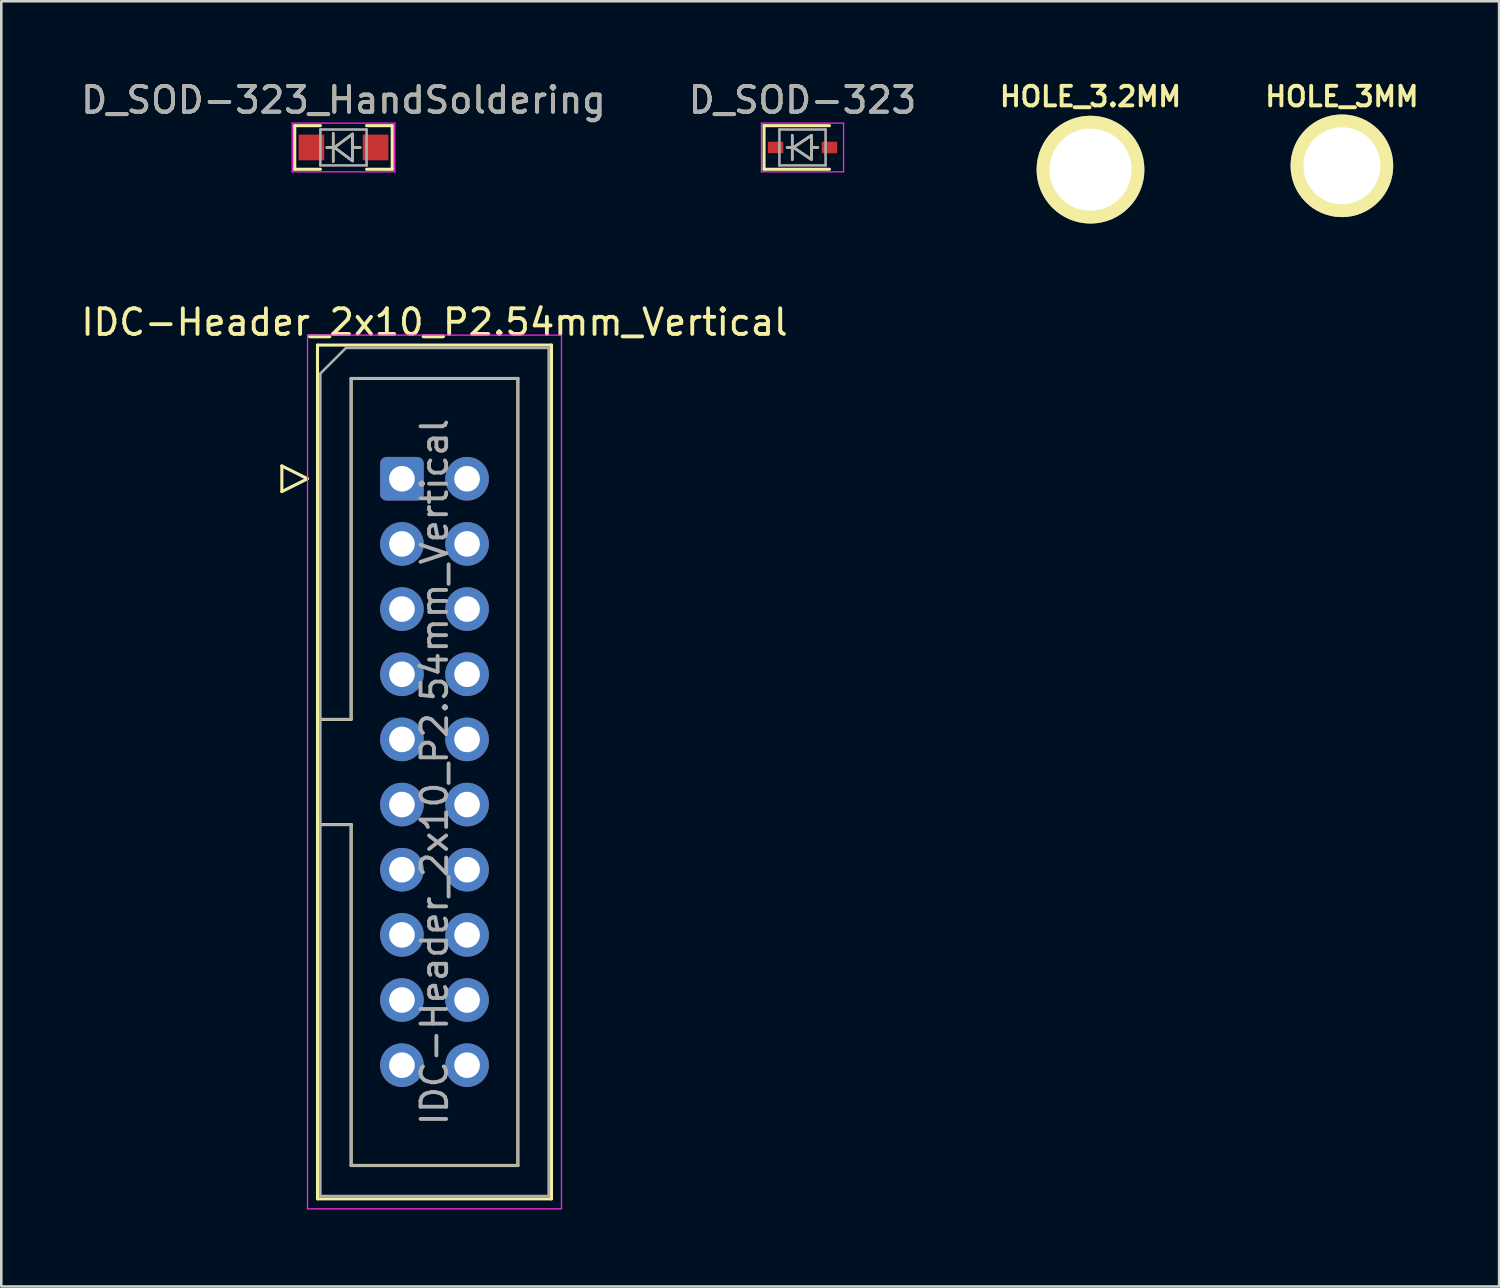
<source format=kicad_pcb>
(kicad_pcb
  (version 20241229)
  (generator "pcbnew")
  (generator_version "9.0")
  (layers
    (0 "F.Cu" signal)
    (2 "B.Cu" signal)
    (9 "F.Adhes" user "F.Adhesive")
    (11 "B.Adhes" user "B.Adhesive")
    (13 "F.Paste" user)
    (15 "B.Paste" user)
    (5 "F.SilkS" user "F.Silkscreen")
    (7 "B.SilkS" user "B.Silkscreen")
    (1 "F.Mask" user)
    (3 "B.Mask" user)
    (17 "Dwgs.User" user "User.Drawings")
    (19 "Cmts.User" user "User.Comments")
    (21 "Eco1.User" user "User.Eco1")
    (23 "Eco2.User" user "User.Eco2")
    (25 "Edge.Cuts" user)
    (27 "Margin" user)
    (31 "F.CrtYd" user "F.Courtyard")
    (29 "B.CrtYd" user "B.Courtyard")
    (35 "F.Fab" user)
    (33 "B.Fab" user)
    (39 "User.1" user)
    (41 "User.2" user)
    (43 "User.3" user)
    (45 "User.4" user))
  (footprint "HOLE_3MM"
    (layer "F.Cu")
    (at 49.258 3.413)
    (property "Reference" "HOLE_3MM" (at 0 -2.7 0) (layer "F.SilkS") (effects (font (size 0.762 0.762) (thickness 0.152))))
    (attr through_hole)
    (pad "" thru_hole circle (at 0 0) (size 4 4) (drill 3) (layers "*.Cu" "*.Mask" "F.SilkS")))
  (footprint "HOLE_3.2MM"
    (layer "F.Cu")
    (at 39.458 3.563)
    (property "Reference" "HOLE_3.2MM" (at 0 -2.85 0) (layer "F.SilkS") (effects (font (size 0.762 0.762) (thickness 0.152))))
    (attr through_hole)
    (pad "" thru_hole circle (at 0 0) (size 4.201 4.201) (drill 3.2) (layers "*.Cu" "*.Mask" "F.SilkS")))
  (footprint "D_SOD-323_HandSoldering"
    (layer "F.Cu")
    (at 10.339 2.698)
    (property "Reference" "D_SOD-323_HandSoldering" (at 0 -1.85 0) (layer "F.SilkS") (effects (font (size 1 1) (thickness 0.15))))
    (attr smd)
    (fp_line (start -1.9 -0.85) (end -1.9 0.85) (stroke (width 0.12) (type solid)) (layer "F.SilkS"))
    (fp_line (start -1.9 -0.85) (end -0.9 -0.85) (stroke (width 0.12) (type solid)) (layer "F.SilkS"))
    (fp_line (start -1.9 0.85) (end -0.9 0.85) (stroke (width 0.12) (type solid)) (layer "F.SilkS"))
    (fp_line (start -0.4 -0.55) (end -0.4 0.55) (stroke (width 0.1) (type solid)) (layer "F.SilkS"))
    (fp_line (start -0.35 0) (end 0.35 -0.525) (stroke (width 0.1) (type solid)) (layer "F.SilkS"))
    (fp_line (start -0.3 0) (end -0.65 0) (stroke (width 0.1) (type solid)) (layer "F.SilkS"))
    (fp_line (start 0.35 -0.525) (end 0.35 0.525) (stroke (width 0.1) (type solid)) (layer "F.SilkS"))
    (fp_line (start 0.35 0) (end 0.65 0) (stroke (width 0.1) (type solid)) (layer "F.SilkS"))
    (fp_line (start 0.35 0.525) (end -0.35 0) (stroke (width 0.1) (type solid)) (layer "F.SilkS"))
    (fp_line (start 0.9 -0.85) (end 1.9 -0.85) (stroke (width 0.12) (type solid)) (layer "F.SilkS"))
    (fp_line (start 0.9 0.85) (end 1.9 0.85) (stroke (width 0.12) (type solid)) (layer "F.SilkS"))
    (fp_line (start 1.9 -0.85) (end 1.9 0.85) (stroke (width 0.12) (type solid)) (layer "F.SilkS"))
    (fp_line (start -2 -0.95) (end -2 0.95) (stroke (width 0.05) (type solid)) (layer "F.CrtYd"))
    (fp_line (start -2 -0.95) (end 2 -0.95) (stroke (width 0.05) (type solid)) (layer "F.CrtYd"))
    (fp_line (start -2 0.95) (end 2 0.95) (stroke (width 0.05) (type solid)) (layer "F.CrtYd"))
    (fp_line (start 2 -0.95) (end 2 0.95) (stroke (width 0.05) (type solid)) (layer "F.CrtYd"))
    (fp_line (start -0.9 -0.7) (end 0.9 -0.7) (stroke (width 0.1) (type solid)) (layer "F.Fab"))
    (fp_line (start -0.9 0.7) (end -0.9 -0.7) (stroke (width 0.1) (type solid)) (layer "F.Fab"))
    (fp_line (start -0.4 -0.55) (end -0.4 0.55) (stroke (width 0.1) (type solid)) (layer "F.Fab"))
    (fp_line (start -0.35 0) (end 0.35 -0.525) (stroke (width 0.1) (type solid)) (layer "F.Fab"))
    (fp_line (start -0.3 0) (end -0.65 0) (stroke (width 0.1) (type solid)) (layer "F.Fab"))
    (fp_line (start 0.35 -0.525) (end 0.35 0.525) (stroke (width 0.1) (type solid)) (layer "F.Fab"))
    (fp_line (start 0.35 0) (end 0.65 0) (stroke (width 0.1) (type solid)) (layer "F.Fab"))
    (fp_line (start 0.35 0.525) (end -0.35 0) (stroke (width 0.1) (type solid)) (layer "F.Fab"))
    (fp_line (start 0.9 -0.7) (end 0.9 0.7) (stroke (width 0.1) (type solid)) (layer "F.Fab"))
    (fp_line (start 0.9 0.7) (end -0.9 0.7) (stroke (width 0.1) (type solid)) (layer "F.Fab"))
    (fp_text user "${REFERENCE}" (at 0 -1.85 0) (layer "F.Fab") (effects (font (size 1 1) (thickness 0.15))))
    (pad "1" smd rect (at -1.25 0) (size 1 1) (layers "F.Cu" "F.Mask" "F.Paste"))
    (pad "2" smd rect (at 1.25 0) (size 1 1) (layers "F.Cu" "F.Mask" "F.Paste")))
  (footprint "IDC-Header_2x10_P2.54mm_Vertical"
    (layer "F.Cu")
    (at 12.617 15.612)
    (property "Reference" "IDC-Header_2x10_P2.54mm_Vertical" (at 1.27 -6.1 0) (layer "F.SilkS") (effects (font (size 1 1) (thickness 0.15))))
    (attr through_hole)
    (fp_line (start -4.68 -0.5) (end -4.68 0.5) (stroke (width 0.12) (type solid)) (layer "F.SilkS"))
    (fp_line (start -4.68 0.5) (end -3.68 0) (stroke (width 0.12) (type solid)) (layer "F.SilkS"))
    (fp_line (start -3.68 0) (end -4.68 -0.5) (stroke (width 0.12) (type solid)) (layer "F.SilkS"))
    (fp_line (start -3.29 -5.21) (end 5.83 -5.21) (stroke (width 0.12) (type solid)) (layer "F.SilkS"))
    (fp_line (start -3.29 9.38) (end -1.98 9.38) (stroke (width 0.12) (type solid)) (layer "F.SilkS"))
    (fp_line (start -3.29 28.07) (end -3.29 -5.21) (stroke (width 0.12) (type solid)) (layer "F.SilkS"))
    (fp_line (start -1.98 -3.91) (end 4.52 -3.91) (stroke (width 0.12) (type solid)) (layer "F.SilkS"))
    (fp_line (start -1.98 9.38) (end -1.98 -3.91) (stroke (width 0.12) (type solid)) (layer "F.SilkS"))
    (fp_line (start -1.98 13.48) (end -3.29 13.48) (stroke (width 0.12) (type solid)) (layer "F.SilkS"))
    (fp_line (start -1.98 13.48) (end -1.98 13.48) (stroke (width 0.12) (type solid)) (layer "F.SilkS"))
    (fp_line (start -1.98 26.77) (end -1.98 13.48) (stroke (width 0.12) (type solid)) (layer "F.SilkS"))
    (fp_line (start 4.52 -3.91) (end 4.52 26.77) (stroke (width 0.12) (type solid)) (layer "F.SilkS"))
    (fp_line (start 4.52 26.77) (end -1.98 26.77) (stroke (width 0.12) (type solid)) (layer "F.SilkS"))
    (fp_line (start 5.83 -5.21) (end 5.83 28.07) (stroke (width 0.12) (type solid)) (layer "F.SilkS"))
    (fp_line (start 5.83 28.07) (end -3.29 28.07) (stroke (width 0.12) (type solid)) (layer "F.SilkS"))
    (fp_line (start -3.68 -5.6) (end -3.68 28.46) (stroke (width 0.05) (type solid)) (layer "F.CrtYd"))
    (fp_line (start -3.68 28.46) (end 6.22 28.46) (stroke (width 0.05) (type solid)) (layer "F.CrtYd"))
    (fp_line (start 6.22 -5.6) (end -3.68 -5.6) (stroke (width 0.05) (type solid)) (layer "F.CrtYd"))
    (fp_line (start 6.22 28.46) (end 6.22 -5.6) (stroke (width 0.05) (type solid)) (layer "F.CrtYd"))
    (fp_line (start -3.18 -4.1) (end -2.18 -5.1) (stroke (width 0.1) (type solid)) (layer "F.Fab"))
    (fp_line (start -3.18 9.38) (end -1.98 9.38) (stroke (width 0.1) (type solid)) (layer "F.Fab"))
    (fp_line (start -3.18 27.96) (end -3.18 -4.1) (stroke (width 0.1) (type solid)) (layer "F.Fab"))
    (fp_line (start -2.18 -5.1) (end 5.72 -5.1) (stroke (width 0.1) (type solid)) (layer "F.Fab"))
    (fp_line (start -1.98 -3.91) (end 4.52 -3.91) (stroke (width 0.1) (type solid)) (layer "F.Fab"))
    (fp_line (start -1.98 9.38) (end -1.98 -3.91) (stroke (width 0.1) (type solid)) (layer "F.Fab"))
    (fp_line (start -1.98 13.48) (end -3.18 13.48) (stroke (width 0.1) (type solid)) (layer "F.Fab"))
    (fp_line (start -1.98 13.48) (end -1.98 13.48) (stroke (width 0.1) (type solid)) (layer "F.Fab"))
    (fp_line (start -1.98 26.77) (end -1.98 13.48) (stroke (width 0.1) (type solid)) (layer "F.Fab"))
    (fp_line (start 4.52 -3.91) (end 4.52 26.77) (stroke (width 0.1) (type solid)) (layer "F.Fab"))
    (fp_line (start 4.52 26.77) (end -1.98 26.77) (stroke (width 0.1) (type solid)) (layer "F.Fab"))
    (fp_line (start 5.72 -5.1) (end 5.72 27.96) (stroke (width 0.1) (type solid)) (layer "F.Fab"))
    (fp_line (start 5.72 27.96) (end -3.18 27.96) (stroke (width 0.1) (type solid)) (layer "F.Fab"))
    (fp_text user "${REFERENCE}" (at 1.27 11.43 90) (layer "F.Fab") (effects (font (size 1 1) (thickness 0.15))))
    (pad "1" thru_hole roundrect (at 0 0) (size 1.7 1.7) (drill 1) (layers "*.Cu" "*.Mask") (roundrect_rratio 0.147))
    (pad "2" thru_hole circle (at 2.54 0) (size 1.7 1.7) (drill 1) (layers "*.Cu" "*.Mask"))
    (pad "3" thru_hole circle (at 0 2.54) (size 1.7 1.7) (drill 1) (layers "*.Cu" "*.Mask"))
    (pad "4" thru_hole circle (at 2.54 2.54) (size 1.7 1.7) (drill 1) (layers "*.Cu" "*.Mask"))
    (pad "5" thru_hole circle (at 0 5.08) (size 1.7 1.7) (drill 1) (layers "*.Cu" "*.Mask"))
    (pad "6" thru_hole circle (at 2.54 5.08) (size 1.7 1.7) (drill 1) (layers "*.Cu" "*.Mask"))
    (pad "7" thru_hole circle (at 0 7.62) (size 1.7 1.7) (drill 1) (layers "*.Cu" "*.Mask"))
    (pad "8" thru_hole circle (at 2.54 7.62) (size 1.7 1.7) (drill 1) (layers "*.Cu" "*.Mask"))
    (pad "9" thru_hole circle (at 0 10.16) (size 1.7 1.7) (drill 1) (layers "*.Cu" "*.Mask"))
    (pad "10" thru_hole circle (at 2.54 10.16) (size 1.7 1.7) (drill 1) (layers "*.Cu" "*.Mask"))
    (pad "11" thru_hole circle (at 0 12.7) (size 1.7 1.7) (drill 1) (layers "*.Cu" "*.Mask"))
    (pad "12" thru_hole circle (at 2.54 12.7) (size 1.7 1.7) (drill 1) (layers "*.Cu" "*.Mask"))
    (pad "13" thru_hole circle (at 0 15.24) (size 1.7 1.7) (drill 1) (layers "*.Cu" "*.Mask"))
    (pad "14" thru_hole circle (at 2.54 15.24) (size 1.7 1.7) (drill 1) (layers "*.Cu" "*.Mask"))
    (pad "15" thru_hole circle (at 0 17.78) (size 1.7 1.7) (drill 1) (layers "*.Cu" "*.Mask"))
    (pad "16" thru_hole circle (at 2.54 17.78) (size 1.7 1.7) (drill 1) (layers "*.Cu" "*.Mask"))
    (pad "17" thru_hole circle (at 0 20.32) (size 1.7 1.7) (drill 1) (layers "*.Cu" "*.Mask"))
    (pad "18" thru_hole circle (at 2.54 20.32) (size 1.7 1.7) (drill 1) (layers "*.Cu" "*.Mask"))
    (pad "19" thru_hole circle (at 0 22.86) (size 1.7 1.7) (drill 1) (layers "*.Cu" "*.Mask"))
    (pad "20" thru_hole circle (at 2.54 22.86) (size 1.7 1.7) (drill 1) (layers "*.Cu" "*.Mask")))
  (footprint "D_SOD-323"
    (layer "F.Cu")
    (at 28.232 2.698)
    (property "Reference" "D_SOD-323" (at 0 -1.85 0) (layer "F.SilkS") (effects (font (size 1 1) (thickness 0.15))))
    (attr smd)
    (fp_line (start -1.5 -0.85) (end -1.5 0.85) (stroke (width 0.12) (type solid)) (layer "F.SilkS"))
    (fp_line (start -1.5 -0.85) (end 1.05 -0.85) (stroke (width 0.12) (type solid)) (layer "F.SilkS"))
    (fp_line (start -1.5 0.85) (end 1.05 0.85) (stroke (width 0.12) (type solid)) (layer "F.SilkS"))
    (fp_line (start -0.4 -0.475) (end -0.4 0.475) (stroke (width 0.1) (type solid)) (layer "F.SilkS"))
    (fp_line (start -0.4 0) (end -0.6 0) (stroke (width 0.1) (type solid)) (layer "F.SilkS"))
    (fp_line (start -0.35 0) (end 0.35 -0.475) (stroke (width 0.1) (type solid)) (layer "F.SilkS"))
    (fp_line (start 0.35 -0.45) (end 0.35 0.45) (stroke (width 0.1) (type solid)) (layer "F.SilkS"))
    (fp_line (start 0.35 0) (end 0.6 0) (stroke (width 0.1) (type solid)) (layer "F.SilkS"))
    (fp_line (start 0.35 0.475) (end -0.35 0) (stroke (width 0.1) (type solid)) (layer "F.SilkS"))
    (fp_line (start -1.6 -0.95) (end -1.6 0.95) (stroke (width 0.05) (type solid)) (layer "F.CrtYd"))
    (fp_line (start -1.6 -0.95) (end 1.6 -0.95) (stroke (width 0.05) (type solid)) (layer "F.CrtYd"))
    (fp_line (start -1.6 0.95) (end 1.6 0.95) (stroke (width 0.05) (type solid)) (layer "F.CrtYd"))
    (fp_line (start 1.6 -0.95) (end 1.6 0.95) (stroke (width 0.05) (type solid)) (layer "F.CrtYd"))
    (fp_line (start -0.9 -0.7) (end 0.9 -0.7) (stroke (width 0.1) (type solid)) (layer "F.Fab"))
    (fp_line (start -0.9 0.7) (end -0.9 -0.7) (stroke (width 0.1) (type solid)) (layer "F.Fab"))
    (fp_line (start -0.4 -0.475) (end -0.4 0.475) (stroke (width 0.1) (type solid)) (layer "F.Fab"))
    (fp_line (start -0.4 0) (end -0.6 0) (stroke (width 0.1) (type solid)) (layer "F.Fab"))
    (fp_line (start -0.35 0) (end 0.35 -0.475) (stroke (width 0.1) (type solid)) (layer "F.Fab"))
    (fp_line (start 0.35 -0.45) (end 0.35 0.45) (stroke (width 0.1) (type solid)) (layer "F.Fab"))
    (fp_line (start 0.35 0) (end 0.6 0) (stroke (width 0.1) (type solid)) (layer "F.Fab"))
    (fp_line (start 0.35 0.475) (end -0.35 0) (stroke (width 0.1) (type solid)) (layer "F.Fab"))
    (fp_line (start 0.9 -0.7) (end 0.9 0.7) (stroke (width 0.1) (type solid)) (layer "F.Fab"))
    (fp_line (start 0.9 0.7) (end -0.9 0.7) (stroke (width 0.1) (type solid)) (layer "F.Fab"))
    (fp_text user "${REFERENCE}" (at 0 -1.85 0) (layer "F.Fab") (effects (font (size 1 1) (thickness 0.15))))
    (pad "1" smd rect (at -1.05 0) (size 0.6 0.45) (layers "F.Cu" "F.Mask" "F.Paste"))
    (pad "2" smd rect (at 1.05 0) (size 0.6 0.45) (layers "F.Cu" "F.Mask" "F.Paste")))
  (gr_rect
    (start -3 -3)
    (end 55.386 47.097)
    (stroke (width 0.1) (type default))
    (fill no)
    (layer "Edge.Cuts")))
</source>
